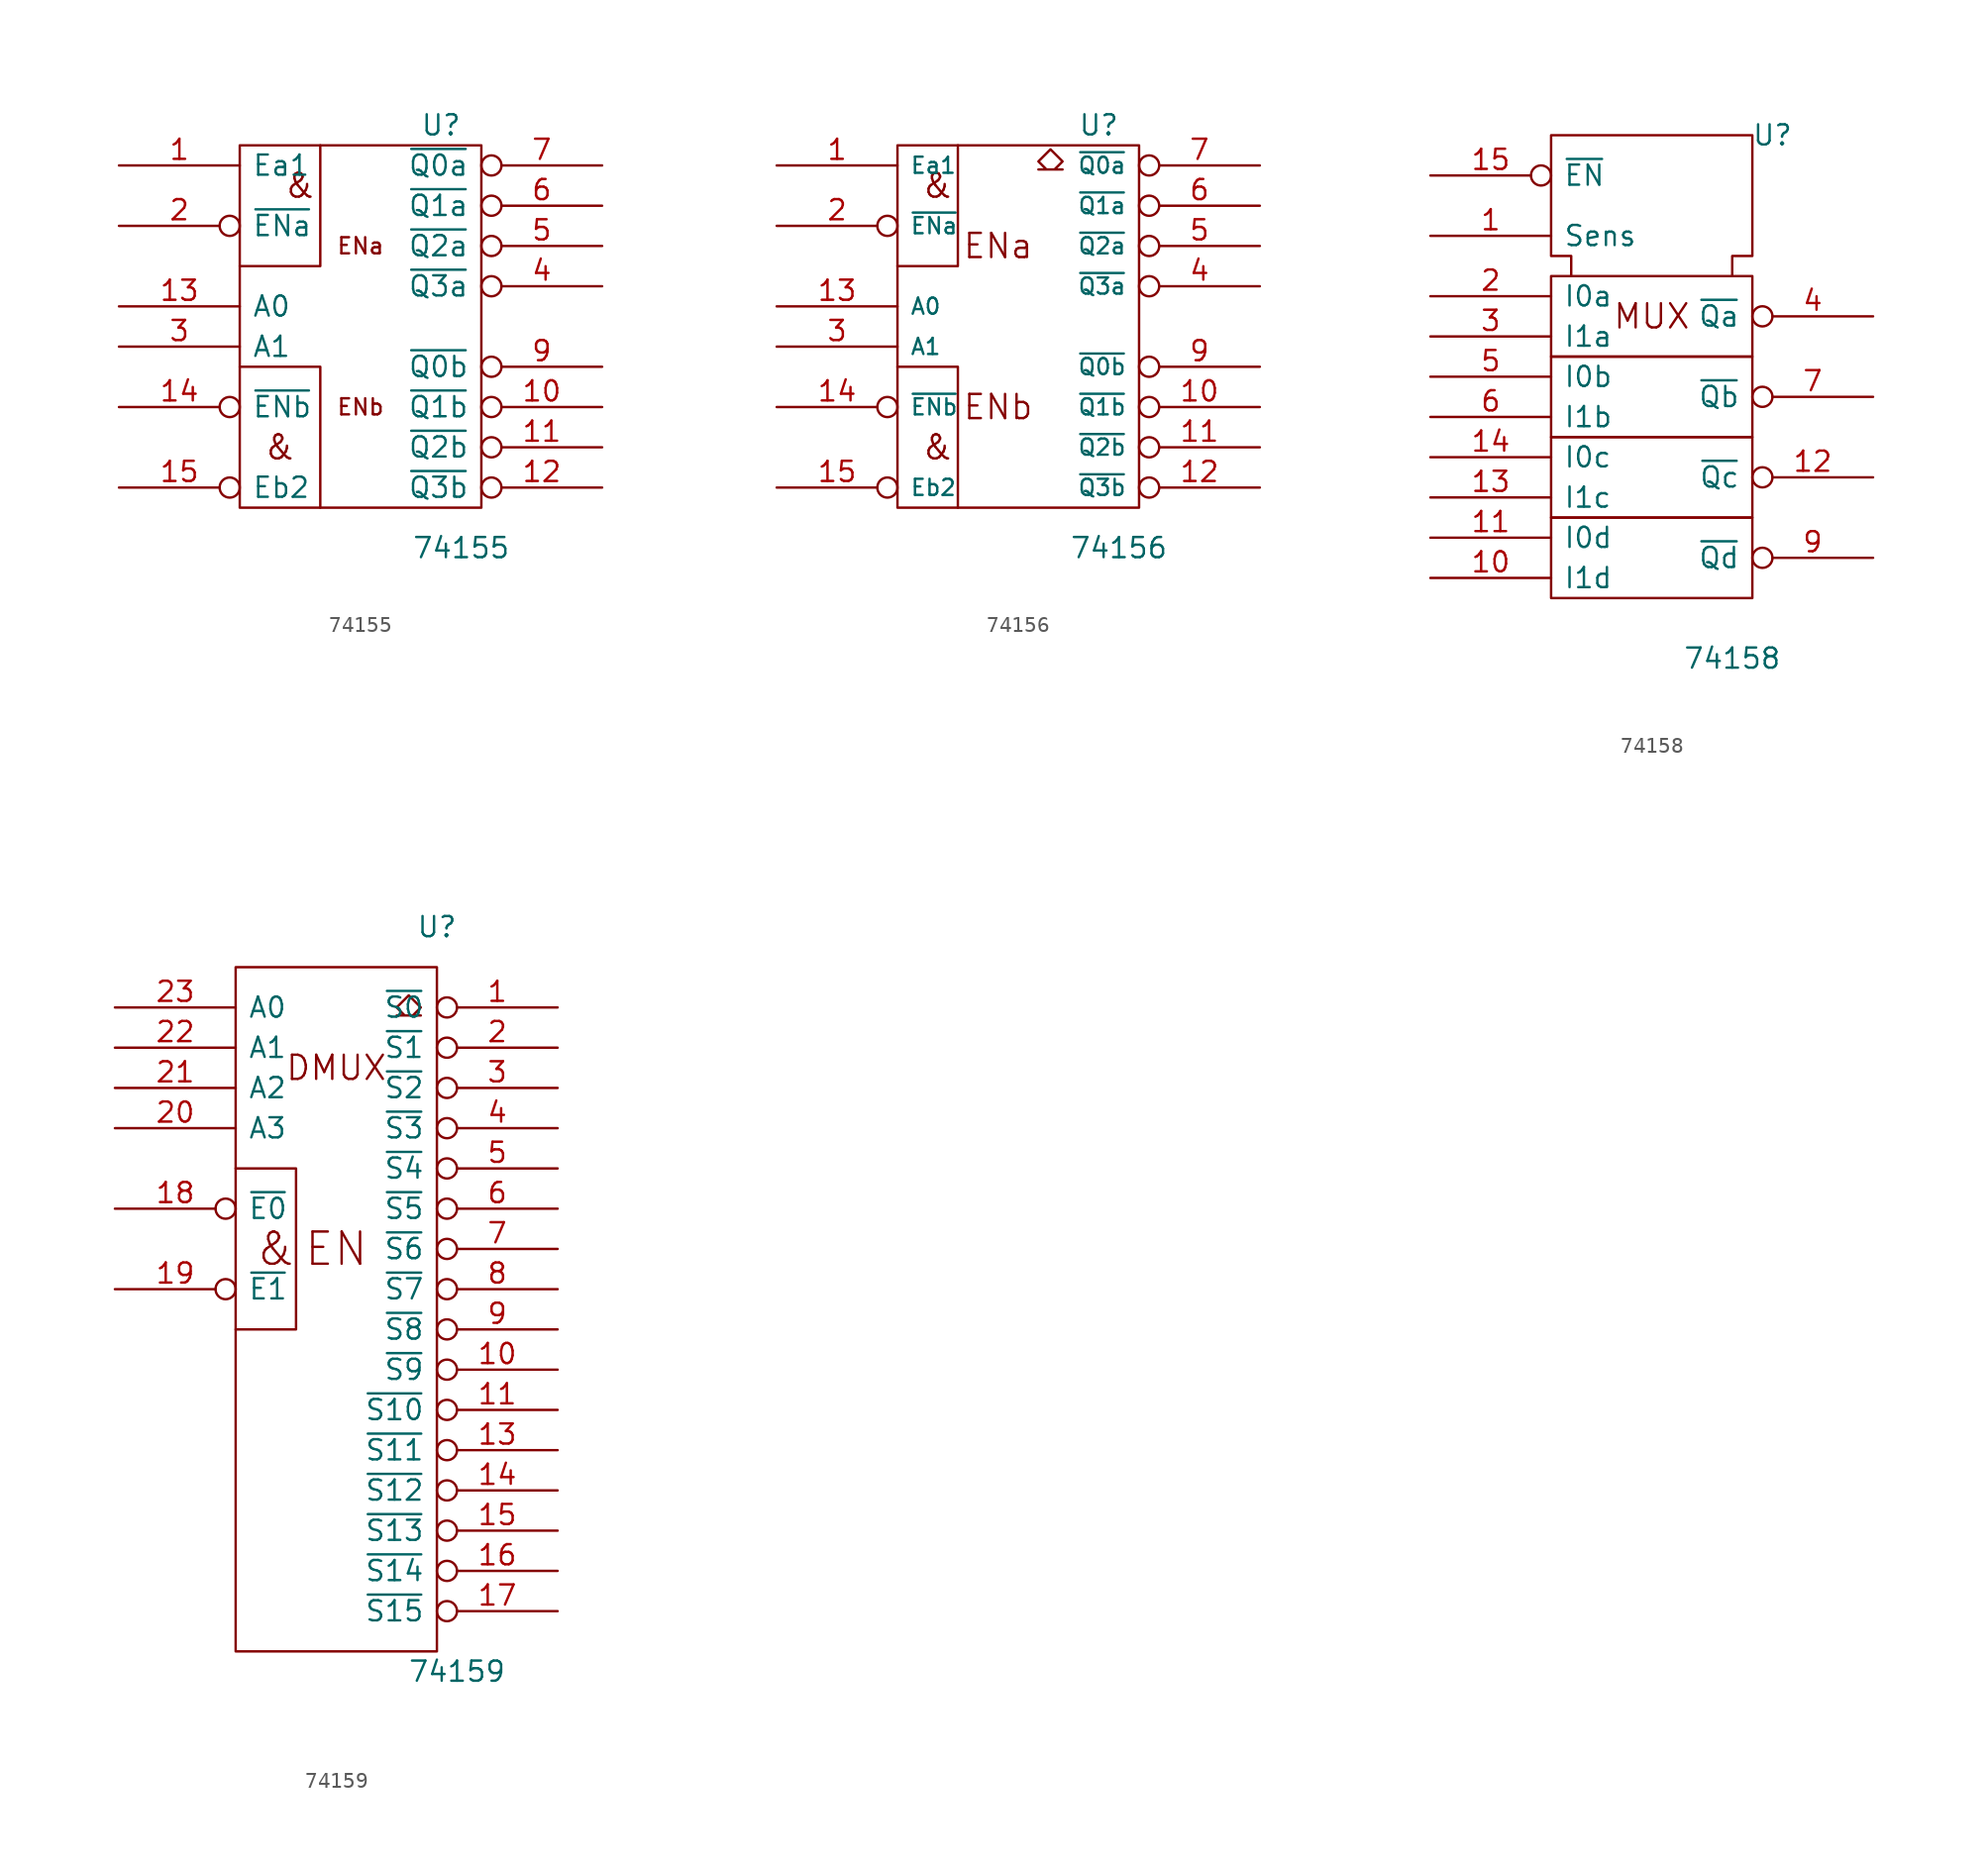
<source format=kicad_sym>
(kicad_symbol_lib
  (version 20201005)
  (generator kicad_symbol_editor)
  (symbol "74155"
    (pin_names
      (offset 0.762))
    (property "Reference" "U"
      (at 5.08 12.7 0)
      (effects (font (size 1.27 1.27))))
    (property "Value" "74155"
      (at 6.35 -13.97 0)
      (effects (font (size 1.27 1.27))))
    (symbol "74155_0_0"
      (text "&" (at -5.08 -7.62 0) (effects (font (size 1.524 1.524))))
      (text "&" (at -3.81 8.89 0) (effects (font (size 1.524 1.524))))
      (text "ENa" (at 0 5.08 0) (effects (font (size 1.016 1.016))))
      (text "ENb" (at 0 -5.08 0) (effects (font (size 1.016 1.016))))
      (rectangle (start -7.62 11.43) (end 7.62 -11.43) (stroke (width 0)) (fill (type none)))
      (polyline (pts (xy -7.62 -2.54) (xy -2.54 -2.54) (xy -2.54 -11.43) (xy -2.54 -11.43)) (stroke (width 0)) (fill (type none)))
      (polyline (pts (xy -7.62 3.81) (xy -2.54 3.81) (xy -2.54 11.43) (xy -2.54 11.43)) (stroke (width 0)) (fill (type none)))
      (pin power_in line (at 0 11.43 270) (length 0) hide (name "VCC" (effects (font (size 1.27 1.27)))) (number "16" (effects (font (size 1.27 1.27)))))
      (pin power_in line (at 0 -11.43 90) (length 0) hide (name "GND" (effects (font (size 1.27 1.27)))) (number "8" (effects (font (size 1.27 1.27))))))
    (symbol "74155_1_1"
      (pin input line (at -15.24 10.16 0) (length 7.62) (name "Ea1" (effects (font (size 1.27 1.27)))) (number "1" (effects (font (size 1.27 1.27)))))
      (pin output inverted (at 15.24 -5.08 180) (length 7.62) (name "~Q1b" (effects (font (size 1.27 1.27)))) (number "10" (effects (font (size 1.27 1.27)))))
      (pin output inverted (at 15.24 -7.62 180) (length 7.62) (name "~Q2b" (effects (font (size 1.27 1.27)))) (number "11" (effects (font (size 1.27 1.27)))))
      (pin output inverted (at 15.24 -10.16 180) (length 7.62) (name "~Q3b" (effects (font (size 1.27 1.27)))) (number "12" (effects (font (size 1.27 1.27)))))
      (pin input line (at -15.24 1.27 0) (length 7.62) (name "A0" (effects (font (size 1.27 1.27)))) (number "13" (effects (font (size 1.27 1.27)))))
      (pin input inverted (at -15.24 -5.08 0) (length 7.62) (name "~ENb" (effects (font (size 1.27 1.27)))) (number "14" (effects (font (size 1.27 1.27)))))
      (pin input inverted (at -15.24 -10.16 0) (length 7.62) (name "Eb2" (effects (font (size 1.27 1.27)))) (number "15" (effects (font (size 1.27 1.27)))))
      (pin input inverted (at -15.24 6.35 0) (length 7.62) (name "~ENa" (effects (font (size 1.27 1.27)))) (number "2" (effects (font (size 1.27 1.27)))))
      (pin input line (at -15.24 -1.27 0) (length 7.62) (name "A1" (effects (font (size 1.27 1.27)))) (number "3" (effects (font (size 1.27 1.27)))))
      (pin output inverted (at 15.24 2.54 180) (length 7.62) (name "~Q3a" (effects (font (size 1.27 1.27)))) (number "4" (effects (font (size 1.27 1.27)))))
      (pin output inverted (at 15.24 5.08 180) (length 7.62) (name "~Q2a" (effects (font (size 1.27 1.27)))) (number "5" (effects (font (size 1.27 1.27)))))
      (pin output inverted (at 15.24 7.62 180) (length 7.62) (name "~Q1a" (effects (font (size 1.27 1.27)))) (number "6" (effects (font (size 1.27 1.27)))))
      (pin output inverted (at 15.24 10.16 180) (length 7.62) (name "~Q0a" (effects (font (size 1.27 1.27)))) (number "7" (effects (font (size 1.27 1.27)))))
      (pin output inverted (at 15.24 -2.54 180) (length 7.62) (name "~Q0b" (effects (font (size 1.27 1.27)))) (number "9" (effects (font (size 1.27 1.27)))))))
  (symbol "74156"
    (pin_names
      (offset 0.762))
    (property "Reference" "U"
      (at 5.08 12.7 0)
      (effects (font (size 1.27 1.27))))
    (property "Value" "74156"
      (at 6.35 -13.97 0)
      (effects (font (size 1.27 1.27))))
    (symbol "74156_0_0"
      (text "&" (at -5.08 -7.62 0) (effects (font (size 1.524 1.524))))
      (text "&" (at -5.08 8.89 0) (effects (font (size 1.524 1.524))))
      (text "ENa" (at -1.27 5.08 0) (effects (font (size 1.524 1.524))))
      (text "ENb" (at -1.27 -5.08 0) (effects (font (size 1.524 1.524))))
      (rectangle (start -7.62 11.43) (end 7.62 -11.43) (stroke (width 0)) (fill (type none)))
      (polyline (pts (xy -7.62 -2.54) (xy -3.81 -2.54) (xy -3.81 -11.43) (xy -3.81 -11.43)) (stroke (width 0)) (fill (type none)))
      (polyline (pts (xy -3.81 11.43) (xy -3.81 3.81) (xy -7.62 3.81) (xy -7.62 3.81)) (stroke (width 0)) (fill (type none)))
      (polyline (pts (xy 2.032 11.176) (xy 2.794 10.414) (xy 2.286 9.906) (xy 2.794 9.906) (xy 1.27 9.906) (xy 1.778 9.906) (xy 1.27 10.414) (xy 2.032 11.176) (xy 2.032 11.176)) (stroke (width 0)) (fill (type none)))
      (pin power_in line (at 0 11.43 270) (length 0) hide (name "VCC" (effects (font (size 1.016 1.016)))) (number "16" (effects (font (size 1.27 1.27)))))
      (pin power_in line (at 0 -11.43 90) (length 0) hide (name "GND" (effects (font (size 1.016 1.016)))) (number "8" (effects (font (size 1.27 1.27))))))
    (symbol "74156_1_1"
      (pin input line (at -15.24 10.16 0) (length 7.62) (name "Ea1" (effects (font (size 1.016 1.016)))) (number "1" (effects (font (size 1.27 1.27)))))
      (pin open_collector inverted (at 15.24 -5.08 180) (length 7.62) (name "~Q1b" (effects (font (size 1.016 1.016)))) (number "10" (effects (font (size 1.27 1.27)))))
      (pin open_collector inverted (at 15.24 -7.62 180) (length 7.62) (name "~Q2b" (effects (font (size 1.016 1.016)))) (number "11" (effects (font (size 1.27 1.27)))))
      (pin open_collector inverted (at 15.24 -10.16 180) (length 7.62) (name "~Q3b" (effects (font (size 1.016 1.016)))) (number "12" (effects (font (size 1.27 1.27)))))
      (pin input line (at -15.24 1.27 0) (length 7.62) (name "A0" (effects (font (size 1.016 1.016)))) (number "13" (effects (font (size 1.27 1.27)))))
      (pin input inverted (at -15.24 -5.08 0) (length 7.62) (name "~ENb" (effects (font (size 1.016 1.016)))) (number "14" (effects (font (size 1.27 1.27)))))
      (pin input inverted (at -15.24 -10.16 0) (length 7.62) (name "Eb2" (effects (font (size 1.016 1.016)))) (number "15" (effects (font (size 1.27 1.27)))))
      (pin input inverted (at -15.24 6.35 0) (length 7.62) (name "~ENa" (effects (font (size 1.016 1.016)))) (number "2" (effects (font (size 1.27 1.27)))))
      (pin input line (at -15.24 -1.27 0) (length 7.62) (name "A1" (effects (font (size 1.016 1.016)))) (number "3" (effects (font (size 1.27 1.27)))))
      (pin open_collector inverted (at 15.24 2.54 180) (length 7.62) (name "~Q3a" (effects (font (size 1.016 1.016)))) (number "4" (effects (font (size 1.27 1.27)))))
      (pin open_collector inverted (at 15.24 5.08 180) (length 7.62) (name "~Q2a" (effects (font (size 1.016 1.016)))) (number "5" (effects (font (size 1.27 1.27)))))
      (pin open_collector inverted (at 15.24 7.62 180) (length 7.62) (name "~Q1a" (effects (font (size 1.016 1.016)))) (number "6" (effects (font (size 1.27 1.27)))))
      (pin open_collector inverted (at 15.24 10.16 180) (length 7.62) (name "~Q0a" (effects (font (size 1.016 1.016)))) (number "7" (effects (font (size 1.27 1.27)))))
      (pin open_collector inverted (at 15.24 -2.54 180) (length 7.62) (name "~Q0b" (effects (font (size 1.016 1.016)))) (number "9" (effects (font (size 1.27 1.27)))))))
  (symbol "74158"
    (pin_names
      (offset 0.762))
    (property "Reference" "U"
      (at 7.62 24.13 0)
      (effects (font (size 1.27 1.27))))
    (property "Value" "74158"
      (at 5.08 -8.89 0)
      (effects (font (size 1.27 1.27))))
    (symbol "74158_0_0"
      (text "MUX" (at 0 12.7 0) (effects (font (size 1.524 1.524))))
      (rectangle (start -6.35 0) (end 6.35 -5.08) (stroke (width 0)) (fill (type none)))
      (rectangle (start -6.35 5.08) (end 6.35 0) (stroke (width 0)) (fill (type none)))
      (rectangle (start -6.35 10.16) (end 6.35 5.08) (stroke (width 0)) (fill (type none)))
      (rectangle (start -6.35 15.24) (end 6.35 10.16) (stroke (width 0)) (fill (type none)))
      (polyline (pts (xy -5.08 15.24) (xy -5.08 16.51) (xy -6.35 16.51) (xy -6.35 24.13) (xy 6.35 24.13) (xy 6.35 16.51) (xy 5.08 16.51) (xy 5.08 15.24) (xy 5.08 15.24)) (stroke (width 0)) (fill (type none)))
      (pin power_in line (at 3.81 24.13 270) (length 0) hide (name "VCC" (effects (font (size 1.27 1.27)))) (number "16" (effects (font (size 1.27 1.27)))))
      (pin power_in line (at 0 24.13 270) (length 0) hide (name "GND" (effects (font (size 1.27 1.27)))) (number "8" (effects (font (size 1.27 1.27))))))
    (symbol "74158_1_1"
      (pin input line (at -13.97 17.78 0) (length 7.62) (name "Sens" (effects (font (size 1.27 1.27)))) (number "1" (effects (font (size 1.27 1.27)))))
      (pin input line (at -13.97 -3.81 0) (length 7.62) (name "I1d" (effects (font (size 1.27 1.27)))) (number "10" (effects (font (size 1.27 1.27)))))
      (pin input line (at -13.97 -1.27 0) (length 7.62) (name "I0d" (effects (font (size 1.27 1.27)))) (number "11" (effects (font (size 1.27 1.27)))))
      (pin output inverted (at 13.97 2.54 180) (length 7.62) (name "~Qc" (effects (font (size 1.27 1.27)))) (number "12" (effects (font (size 1.27 1.27)))))
      (pin input line (at -13.97 1.27 0) (length 7.62) (name "I1c" (effects (font (size 1.27 1.27)))) (number "13" (effects (font (size 1.27 1.27)))))
      (pin input line (at -13.97 3.81 0) (length 7.62) (name "I0c" (effects (font (size 1.27 1.27)))) (number "14" (effects (font (size 1.27 1.27)))))
      (pin input inverted (at -13.97 21.59 0) (length 7.62) (name "~EN" (effects (font (size 1.27 1.27)))) (number "15" (effects (font (size 1.27 1.27)))))
      (pin input line (at -13.97 13.97 0) (length 7.62) (name "I0a" (effects (font (size 1.27 1.27)))) (number "2" (effects (font (size 1.27 1.27)))))
      (pin input line (at -13.97 11.43 0) (length 7.62) (name "I1a" (effects (font (size 1.27 1.27)))) (number "3" (effects (font (size 1.27 1.27)))))
      (pin output inverted (at 13.97 12.7 180) (length 7.62) (name "~Qa" (effects (font (size 1.27 1.27)))) (number "4" (effects (font (size 1.27 1.27)))))
      (pin input line (at -13.97 8.89 0) (length 7.62) (name "I0b" (effects (font (size 1.27 1.27)))) (number "5" (effects (font (size 1.27 1.27)))))
      (pin input line (at -13.97 6.35 0) (length 7.62) (name "I1b" (effects (font (size 1.27 1.27)))) (number "6" (effects (font (size 1.27 1.27)))))
      (pin output inverted (at 13.97 7.62 180) (length 7.62) (name "~Qb" (effects (font (size 1.27 1.27)))) (number "7" (effects (font (size 1.27 1.27)))))
      (pin output inverted (at 13.97 -2.54 180) (length 7.62) (name "~Qd" (effects (font (size 1.27 1.27)))) (number "9" (effects (font (size 1.27 1.27)))))))
  (symbol "74159"
    (pin_names
      (offset 0.762))
    (property "Reference" "U"
      (at 6.35 25.4 0)
      (effects (font (size 1.27 1.27))))
    (property "Value" "74159"
      (at 7.62 -21.59 0)
      (effects (font (size 1.27 1.27))))
    (symbol "74159_0_0"
      (text "&" (at -3.81 5.08 0) (effects (font (size 2.032 2.032))))
      (text "DMUX" (at 0 16.51 0) (effects (font (size 1.524 1.524))))
      (text "EN" (at 0 5.08 0) (effects (font (size 2.032 2.032))))
      (rectangle (start -6.35 22.86) (end 6.35 -20.32) (stroke (width 0)) (fill (type none)))
      (polyline (pts (xy -6.35 10.16) (xy -2.54 10.16) (xy -2.54 0) (xy -6.35 0) (xy -6.35 0)) (stroke (width 0)) (fill (type none)))
      (polyline (pts (xy 4.572 21.082) (xy 3.81 20.32) (xy 4.318 19.812) (xy 3.81 19.812) (xy 5.334 19.812) (xy 4.826 19.812) (xy 5.334 20.32) (xy 4.572 21.082) (xy 4.572 21.082)) (stroke (width 0)) (fill (type none)))
      (pin power_in line (at 0 -20.32 90) (length 0) hide (name "GND" (effects (font (size 1.27 1.27)))) (number "12" (effects (font (size 1.27 1.27)))))
      (pin power_in line (at 0 22.86 270) (length 0) hide (name "VCC" (effects (font (size 1.27 1.27)))) (number "24" (effects (font (size 1.27 1.27))))))
    (symbol "74159_1_1"
      (pin open_collector inverted (at 13.97 20.32 180) (length 7.62) (name "~S0" (effects (font (size 1.27 1.27)))) (number "1" (effects (font (size 1.27 1.27)))))
      (pin open_collector inverted (at 13.97 -2.54 180) (length 7.62) (name "~S9" (effects (font (size 1.27 1.27)))) (number "10" (effects (font (size 1.27 1.27)))))
      (pin open_collector inverted (at 13.97 -5.08 180) (length 7.62) (name "~S10" (effects (font (size 1.27 1.27)))) (number "11" (effects (font (size 1.27 1.27)))))
      (pin open_collector inverted (at 13.97 -7.62 180) (length 7.62) (name "~S11" (effects (font (size 1.27 1.27)))) (number "13" (effects (font (size 1.27 1.27)))))
      (pin open_collector inverted (at 13.97 -10.16 180) (length 7.62) (name "~S12" (effects (font (size 1.27 1.27)))) (number "14" (effects (font (size 1.27 1.27)))))
      (pin open_collector inverted (at 13.97 -12.7 180) (length 7.62) (name "~S13" (effects (font (size 1.27 1.27)))) (number "15" (effects (font (size 1.27 1.27)))))
      (pin open_collector inverted (at 13.97 -15.24 180) (length 7.62) (name "~S14" (effects (font (size 1.27 1.27)))) (number "16" (effects (font (size 1.27 1.27)))))
      (pin open_collector inverted (at 13.97 -17.78 180) (length 7.62) (name "~S15" (effects (font (size 1.27 1.27)))) (number "17" (effects (font (size 1.27 1.27)))))
      (pin input inverted (at -13.97 7.62 0) (length 7.62) (name "~E0" (effects (font (size 1.27 1.27)))) (number "18" (effects (font (size 1.27 1.27)))))
      (pin input inverted (at -13.97 2.54 0) (length 7.62) (name "~E1" (effects (font (size 1.27 1.27)))) (number "19" (effects (font (size 1.27 1.27)))))
      (pin open_collector inverted (at 13.97 17.78 180) (length 7.62) (name "~S1" (effects (font (size 1.27 1.27)))) (number "2" (effects (font (size 1.27 1.27)))))
      (pin input line (at -13.97 12.7 0) (length 7.62) (name "A3" (effects (font (size 1.27 1.27)))) (number "20" (effects (font (size 1.27 1.27)))))
      (pin input line (at -13.97 15.24 0) (length 7.62) (name "A2" (effects (font (size 1.27 1.27)))) (number "21" (effects (font (size 1.27 1.27)))))
      (pin input line (at -13.97 17.78 0) (length 7.62) (name "A1" (effects (font (size 1.27 1.27)))) (number "22" (effects (font (size 1.27 1.27)))))
      (pin input line (at -13.97 20.32 0) (length 7.62) (name "A0" (effects (font (size 1.27 1.27)))) (number "23" (effects (font (size 1.27 1.27)))))
      (pin open_collector inverted (at 13.97 15.24 180) (length 7.62) (name "~S2" (effects (font (size 1.27 1.27)))) (number "3" (effects (font (size 1.27 1.27)))))
      (pin open_collector inverted (at 13.97 12.7 180) (length 7.62) (name "~S3" (effects (font (size 1.27 1.27)))) (number "4" (effects (font (size 1.27 1.27)))))
      (pin open_collector inverted (at 13.97 10.16 180) (length 7.62) (name "~S4" (effects (font (size 1.27 1.27)))) (number "5" (effects (font (size 1.27 1.27)))))
      (pin open_collector inverted (at 13.97 7.62 180) (length 7.62) (name "~S5" (effects (font (size 1.27 1.27)))) (number "6" (effects (font (size 1.27 1.27)))))
      (pin open_collector inverted (at 13.97 5.08 180) (length 7.62) (name "~S6" (effects (font (size 1.27 1.27)))) (number "7" (effects (font (size 1.27 1.27)))))
      (pin open_collector inverted (at 13.97 2.54 180) (length 7.62) (name "~S7" (effects (font (size 1.27 1.27)))) (number "8" (effects (font (size 1.27 1.27)))))
      (pin open_collector inverted (at 13.97 0 180) (length 7.62) (name "~S8" (effects (font (size 1.27 1.27)))) (number "9" (effects (font (size 1.27 1.27))))))))
</source>
